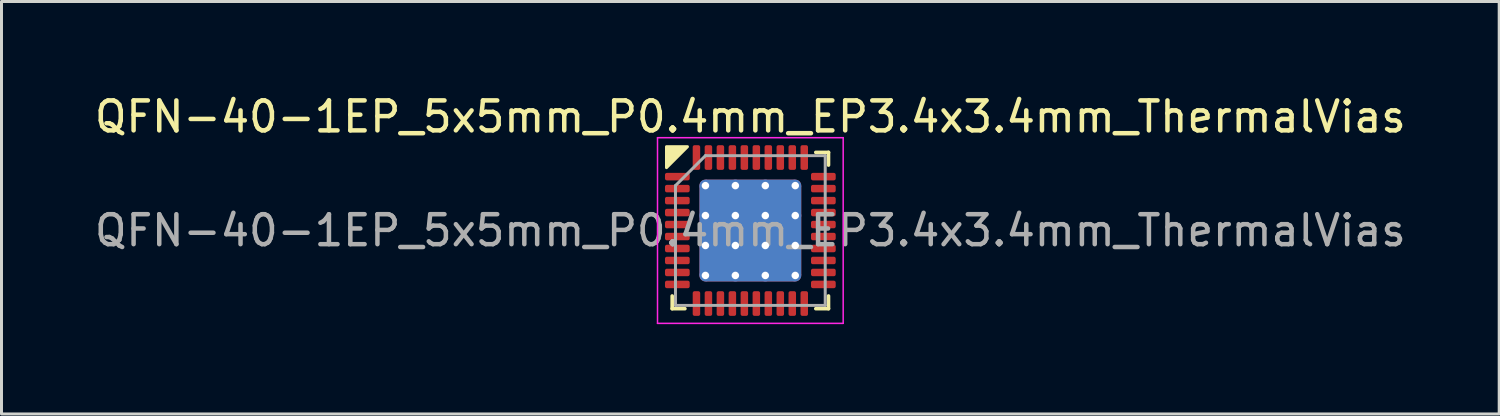
<source format=kicad_pcb>
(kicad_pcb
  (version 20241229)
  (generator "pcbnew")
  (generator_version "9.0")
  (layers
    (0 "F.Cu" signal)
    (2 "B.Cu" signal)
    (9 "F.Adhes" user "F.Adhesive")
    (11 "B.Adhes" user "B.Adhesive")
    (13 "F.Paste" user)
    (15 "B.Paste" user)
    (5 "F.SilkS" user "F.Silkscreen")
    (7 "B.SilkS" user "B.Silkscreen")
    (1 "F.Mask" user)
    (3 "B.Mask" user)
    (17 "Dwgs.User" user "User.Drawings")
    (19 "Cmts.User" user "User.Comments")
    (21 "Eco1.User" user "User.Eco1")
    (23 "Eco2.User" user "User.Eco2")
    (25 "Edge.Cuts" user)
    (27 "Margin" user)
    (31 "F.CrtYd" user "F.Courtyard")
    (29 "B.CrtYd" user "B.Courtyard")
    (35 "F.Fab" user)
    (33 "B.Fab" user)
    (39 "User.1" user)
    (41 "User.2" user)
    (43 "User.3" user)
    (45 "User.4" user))
  (footprint "QFN-40-1EP_5x5mm_P0.4mm_EP3.4x3.4mm_ThermalVias"
    (layer "F.Cu")
    (at 22.006 4.648)
    (property "Reference" "QFN-40-1EP_5x5mm_P0.4mm_EP3.4x3.4mm_ThermalVias" (at 0 -3.8 0) (layer "F.SilkS") (effects (font (size 1 1) (thickness 0.15))))
    (attr smd)
    (fp_line (start -2.61 2.61) (end -2.61 2.185) (stroke (width 0.12) (type solid)) (layer "F.SilkS"))
    (fp_line (start -2.185 2.61) (end -2.61 2.61) (stroke (width 0.12) (type solid)) (layer "F.SilkS"))
    (fp_line (start 2.185 -2.61) (end 2.61 -2.61) (stroke (width 0.12) (type solid)) (layer "F.SilkS"))
    (fp_line (start 2.185 2.61) (end 2.61 2.61) (stroke (width 0.12) (type solid)) (layer "F.SilkS"))
    (fp_line (start 2.61 -2.61) (end 2.61 -2.185) (stroke (width 0.12) (type solid)) (layer "F.SilkS"))
    (fp_line (start 2.61 2.61) (end 2.61 2.185) (stroke (width 0.12) (type solid)) (layer "F.SilkS"))
    (fp_poly (pts (xy -2.8 -2.1) (xy -2.8 -2.8) (xy -2.1 -2.8)) (stroke (width 0.1) (type solid)) (fill yes) (layer "F.SilkS"))
    (fp_line (start -3.1 -3.1) (end -3.1 3.1) (stroke (width 0.05) (type solid)) (layer "F.CrtYd"))
    (fp_line (start -3.1 3.1) (end 3.1 3.1) (stroke (width 0.05) (type solid)) (layer "F.CrtYd"))
    (fp_line (start 3.1 -3.1) (end -3.1 -3.1) (stroke (width 0.05) (type solid)) (layer "F.CrtYd"))
    (fp_line (start 3.1 3.1) (end 3.1 -3.1) (stroke (width 0.05) (type solid)) (layer "F.CrtYd"))
    (fp_line (start -2.5 -1.5) (end -1.5 -2.5) (stroke (width 0.1) (type solid)) (layer "F.Fab"))
    (fp_line (start -2.5 2.5) (end -2.5 -1.5) (stroke (width 0.1) (type solid)) (layer "F.Fab"))
    (fp_line (start -1.5 -2.5) (end 2.5 -2.5) (stroke (width 0.1) (type solid)) (layer "F.Fab"))
    (fp_line (start 2.5 -2.5) (end 2.5 2.5) (stroke (width 0.1) (type solid)) (layer "F.Fab"))
    (fp_line (start 2.5 2.5) (end -2.5 2.5) (stroke (width 0.1) (type solid)) (layer "F.Fab"))
    (fp_text user "${REFERENCE}" (at 0 0 0) (layer "F.Fab") (effects (font (size 1 1) (thickness 0.15))))
    (pad "" smd custom (at -1 -1) (size 0.803 0.803) (layers "F.Paste") (options (anchor circle)) (primitives (gr_poly (pts (xy -0.338 -0.233) (xy -0.233 -0.338) (xy 0.233 -0.338) (xy 0.338 -0.233) (xy 0.338 0.233) (xy 0.233 0.338) (xy -0.233 0.338) (xy -0.338 0.233)) (width 0.253) (fill yes))))
    (pad "" smd custom (at -1 0) (size 0.803 0.803) (layers "F.Paste") (options (anchor circle)) (primitives (gr_poly (pts (xy -0.338 -0.233) (xy -0.233 -0.338) (xy 0.233 -0.338) (xy 0.338 -0.233) (xy 0.338 0.233) (xy 0.233 0.338) (xy -0.233 0.338) (xy -0.338 0.233)) (width 0.253) (fill yes))))
    (pad "" smd custom (at -1 1) (size 0.803 0.803) (layers "F.Paste") (options (anchor circle)) (primitives (gr_poly (pts (xy -0.338 -0.233) (xy -0.233 -0.338) (xy 0.233 -0.338) (xy 0.338 -0.233) (xy 0.338 0.233) (xy 0.233 0.338) (xy -0.233 0.338) (xy -0.338 0.233)) (width 0.253) (fill yes))))
    (pad "" smd custom (at 0 -1) (size 0.803 0.803) (layers "F.Paste") (options (anchor circle)) (primitives (gr_poly (pts (xy -0.338 -0.233) (xy -0.233 -0.338) (xy 0.233 -0.338) (xy 0.338 -0.233) (xy 0.338 0.233) (xy 0.233 0.338) (xy -0.233 0.338) (xy -0.338 0.233)) (width 0.253) (fill yes))))
    (pad "" smd custom (at 0 0) (size 0.803 0.803) (layers "F.Paste") (options (anchor circle)) (primitives (gr_poly (pts (xy -0.338 -0.233) (xy -0.233 -0.338) (xy 0.233 -0.338) (xy 0.338 -0.233) (xy 0.338 0.233) (xy 0.233 0.338) (xy -0.233 0.338) (xy -0.338 0.233)) (width 0.253) (fill yes))))
    (pad "" smd custom (at 0 1) (size 0.803 0.803) (layers "F.Paste") (options (anchor circle)) (primitives (gr_poly (pts (xy -0.338 -0.233) (xy -0.233 -0.338) (xy 0.233 -0.338) (xy 0.338 -0.233) (xy 0.338 0.233) (xy 0.233 0.338) (xy -0.233 0.338) (xy -0.338 0.233)) (width 0.253) (fill yes))))
    (pad "" smd custom (at 1 -1) (size 0.803 0.803) (layers "F.Paste") (options (anchor circle)) (primitives (gr_poly (pts (xy -0.338 -0.233) (xy -0.233 -0.338) (xy 0.233 -0.338) (xy 0.338 -0.233) (xy 0.338 0.233) (xy 0.233 0.338) (xy -0.233 0.338) (xy -0.338 0.233)) (width 0.253) (fill yes))))
    (pad "" smd custom (at 1 0) (size 0.803 0.803) (layers "F.Paste") (options (anchor circle)) (primitives (gr_poly (pts (xy -0.338 -0.233) (xy -0.233 -0.338) (xy 0.233 -0.338) (xy 0.338 -0.233) (xy 0.338 0.233) (xy 0.233 0.338) (xy -0.233 0.338) (xy -0.338 0.233)) (width 0.253) (fill yes))))
    (pad "" smd custom (at 1 1) (size 0.803 0.803) (layers "F.Paste") (options (anchor circle)) (primitives (gr_poly (pts (xy -0.338 -0.233) (xy -0.233 -0.338) (xy 0.233 -0.338) (xy 0.338 -0.233) (xy 0.338 0.233) (xy 0.233 0.338) (xy -0.233 0.338) (xy -0.338 0.233)) (width 0.253) (fill yes))))
    (pad "1" smd roundrect (at -2.438 -1.8) (size 0.825 0.25) (layers "F.Cu" "F.Mask" "F.Paste") (roundrect_rratio 0.25))
    (pad "2" smd roundrect (at -2.438 -1.4) (size 0.825 0.25) (layers "F.Cu" "F.Mask" "F.Paste") (roundrect_rratio 0.25))
    (pad "3" smd roundrect (at -2.438 -1) (size 0.825 0.25) (layers "F.Cu" "F.Mask" "F.Paste") (roundrect_rratio 0.25))
    (pad "4" smd roundrect (at -2.438 -0.6) (size 0.825 0.25) (layers "F.Cu" "F.Mask" "F.Paste") (roundrect_rratio 0.25))
    (pad "5" smd roundrect (at -2.438 -0.2) (size 0.825 0.25) (layers "F.Cu" "F.Mask" "F.Paste") (roundrect_rratio 0.25))
    (pad "6" smd roundrect (at -2.438 0.2) (size 0.825 0.25) (layers "F.Cu" "F.Mask" "F.Paste") (roundrect_rratio 0.25))
    (pad "7" smd roundrect (at -2.438 0.6) (size 0.825 0.25) (layers "F.Cu" "F.Mask" "F.Paste") (roundrect_rratio 0.25))
    (pad "8" smd roundrect (at -2.438 1) (size 0.825 0.25) (layers "F.Cu" "F.Mask" "F.Paste") (roundrect_rratio 0.25))
    (pad "9" smd roundrect (at -2.438 1.4) (size 0.825 0.25) (layers "F.Cu" "F.Mask" "F.Paste") (roundrect_rratio 0.25))
    (pad "10" smd roundrect (at -2.438 1.8) (size 0.825 0.25) (layers "F.Cu" "F.Mask" "F.Paste") (roundrect_rratio 0.25))
    (pad "11" smd roundrect (at -1.8 2.438) (size 0.25 0.825) (layers "F.Cu" "F.Mask" "F.Paste") (roundrect_rratio 0.25))
    (pad "12" smd roundrect (at -1.4 2.438) (size 0.25 0.825) (layers "F.Cu" "F.Mask" "F.Paste") (roundrect_rratio 0.25))
    (pad "13" smd roundrect (at -1 2.438) (size 0.25 0.825) (layers "F.Cu" "F.Mask" "F.Paste") (roundrect_rratio 0.25))
    (pad "14" smd roundrect (at -0.6 2.438) (size 0.25 0.825) (layers "F.Cu" "F.Mask" "F.Paste") (roundrect_rratio 0.25))
    (pad "15" smd roundrect (at -0.2 2.438) (size 0.25 0.825) (layers "F.Cu" "F.Mask" "F.Paste") (roundrect_rratio 0.25))
    (pad "16" smd roundrect (at 0.2 2.438) (size 0.25 0.825) (layers "F.Cu" "F.Mask" "F.Paste") (roundrect_rratio 0.25))
    (pad "17" smd roundrect (at 0.6 2.438) (size 0.25 0.825) (layers "F.Cu" "F.Mask" "F.Paste") (roundrect_rratio 0.25))
    (pad "18" smd roundrect (at 1 2.438) (size 0.25 0.825) (layers "F.Cu" "F.Mask" "F.Paste") (roundrect_rratio 0.25))
    (pad "19" smd roundrect (at 1.4 2.438) (size 0.25 0.825) (layers "F.Cu" "F.Mask" "F.Paste") (roundrect_rratio 0.25))
    (pad "20" smd roundrect (at 1.8 2.438) (size 0.25 0.825) (layers "F.Cu" "F.Mask" "F.Paste") (roundrect_rratio 0.25))
    (pad "21" smd roundrect (at 2.438 1.8) (size 0.825 0.25) (layers "F.Cu" "F.Mask" "F.Paste") (roundrect_rratio 0.25))
    (pad "22" smd roundrect (at 2.438 1.4) (size 0.825 0.25) (layers "F.Cu" "F.Mask" "F.Paste") (roundrect_rratio 0.25))
    (pad "23" smd roundrect (at 2.438 1) (size 0.825 0.25) (layers "F.Cu" "F.Mask" "F.Paste") (roundrect_rratio 0.25))
    (pad "24" smd roundrect (at 2.438 0.6) (size 0.825 0.25) (layers "F.Cu" "F.Mask" "F.Paste") (roundrect_rratio 0.25))
    (pad "25" smd roundrect (at 2.438 0.2) (size 0.825 0.25) (layers "F.Cu" "F.Mask" "F.Paste") (roundrect_rratio 0.25))
    (pad "26" smd roundrect (at 2.438 -0.2) (size 0.825 0.25) (layers "F.Cu" "F.Mask" "F.Paste") (roundrect_rratio 0.25))
    (pad "27" smd roundrect (at 2.438 -0.6) (size 0.825 0.25) (layers "F.Cu" "F.Mask" "F.Paste") (roundrect_rratio 0.25))
    (pad "28" smd roundrect (at 2.438 -1) (size 0.825 0.25) (layers "F.Cu" "F.Mask" "F.Paste") (roundrect_rratio 0.25))
    (pad "29" smd roundrect (at 2.438 -1.4) (size 0.825 0.25) (layers "F.Cu" "F.Mask" "F.Paste") (roundrect_rratio 0.25))
    (pad "30" smd roundrect (at 2.438 -1.8) (size 0.825 0.25) (layers "F.Cu" "F.Mask" "F.Paste") (roundrect_rratio 0.25))
    (pad "31" smd roundrect (at 1.8 -2.438) (size 0.25 0.825) (layers "F.Cu" "F.Mask" "F.Paste") (roundrect_rratio 0.25))
    (pad "32" smd roundrect (at 1.4 -2.438) (size 0.25 0.825) (layers "F.Cu" "F.Mask" "F.Paste") (roundrect_rratio 0.25))
    (pad "33" smd roundrect (at 1 -2.438) (size 0.25 0.825) (layers "F.Cu" "F.Mask" "F.Paste") (roundrect_rratio 0.25))
    (pad "34" smd roundrect (at 0.6 -2.438) (size 0.25 0.825) (layers "F.Cu" "F.Mask" "F.Paste") (roundrect_rratio 0.25))
    (pad "35" smd roundrect (at 0.2 -2.438) (size 0.25 0.825) (layers "F.Cu" "F.Mask" "F.Paste") (roundrect_rratio 0.25))
    (pad "36" smd roundrect (at -0.2 -2.438) (size 0.25 0.825) (layers "F.Cu" "F.Mask" "F.Paste") (roundrect_rratio 0.25))
    (pad "37" smd roundrect (at -0.6 -2.438) (size 0.25 0.825) (layers "F.Cu" "F.Mask" "F.Paste") (roundrect_rratio 0.25))
    (pad "38" smd roundrect (at -1 -2.438) (size 0.25 0.825) (layers "F.Cu" "F.Mask" "F.Paste") (roundrect_rratio 0.25))
    (pad "39" smd roundrect (at -1.4 -2.438) (size 0.25 0.825) (layers "F.Cu" "F.Mask" "F.Paste") (roundrect_rratio 0.25))
    (pad "40" smd roundrect (at -1.8 -2.438) (size 0.25 0.825) (layers "F.Cu" "F.Mask" "F.Paste") (roundrect_rratio 0.25))
    (pad "41" thru_hole circle (at -1.5 -1.5) (size 0.4 0.4) (drill 0.25) (layers "*.Cu"))
    (pad "41" thru_hole circle (at -1.5 -0.5) (size 0.4 0.4) (drill 0.25) (layers "*.Cu"))
    (pad "41" thru_hole circle (at -1.5 0.5) (size 0.4 0.4) (drill 0.25) (layers "*.Cu"))
    (pad "41" thru_hole circle (at -1.5 1.5) (size 0.4 0.4) (drill 0.25) (layers "*.Cu"))
    (pad "41" thru_hole circle (at -0.5 -1.5) (size 0.4 0.4) (drill 0.25) (layers "*.Cu"))
    (pad "41" thru_hole circle (at -0.5 -0.5) (size 0.4 0.4) (drill 0.25) (layers "*.Cu"))
    (pad "41" thru_hole circle (at -0.5 0.5) (size 0.4 0.4) (drill 0.25) (layers "*.Cu"))
    (pad "41" thru_hole circle (at -0.5 1.5) (size 0.4 0.4) (drill 0.25) (layers "*.Cu"))
    (pad "41" smd roundrect (at 0 0) (size 3.4 3.4) (layers "F.Cu" "F.Mask") (roundrect_rratio 0.069))
    (pad "41" smd roundrect (at 0 0) (size 3.4 3.4) (layers "B.Cu") (roundrect_rratio 0.069))
    (pad "41" thru_hole circle (at 0.5 -1.5) (size 0.4 0.4) (drill 0.25) (layers "*.Cu"))
    (pad "41" thru_hole circle (at 0.5 -0.5) (size 0.4 0.4) (drill 0.25) (layers "*.Cu"))
    (pad "41" thru_hole circle (at 0.5 0.5) (size 0.4 0.4) (drill 0.25) (layers "*.Cu"))
    (pad "41" thru_hole circle (at 0.5 1.5) (size 0.4 0.4) (drill 0.25) (layers "*.Cu"))
    (pad "41" thru_hole circle (at 1.5 -1.5) (size 0.4 0.4) (drill 0.25) (layers "*.Cu"))
    (pad "41" thru_hole circle (at 1.5 -0.5) (size 0.4 0.4) (drill 0.25) (layers "*.Cu"))
    (pad "41" thru_hole circle (at 1.5 0.5) (size 0.4 0.4) (drill 0.25) (layers "*.Cu"))
    (pad "41" thru_hole circle (at 1.5 1.5) (size 0.4 0.4) (drill 0.25) (layers "*.Cu")))
  (gr_rect
    (start -3 -3)
    (end 47.012 10.773)
    (stroke (width 0.1) (type default))
    (fill no)
    (layer "Edge.Cuts")))
</source>
